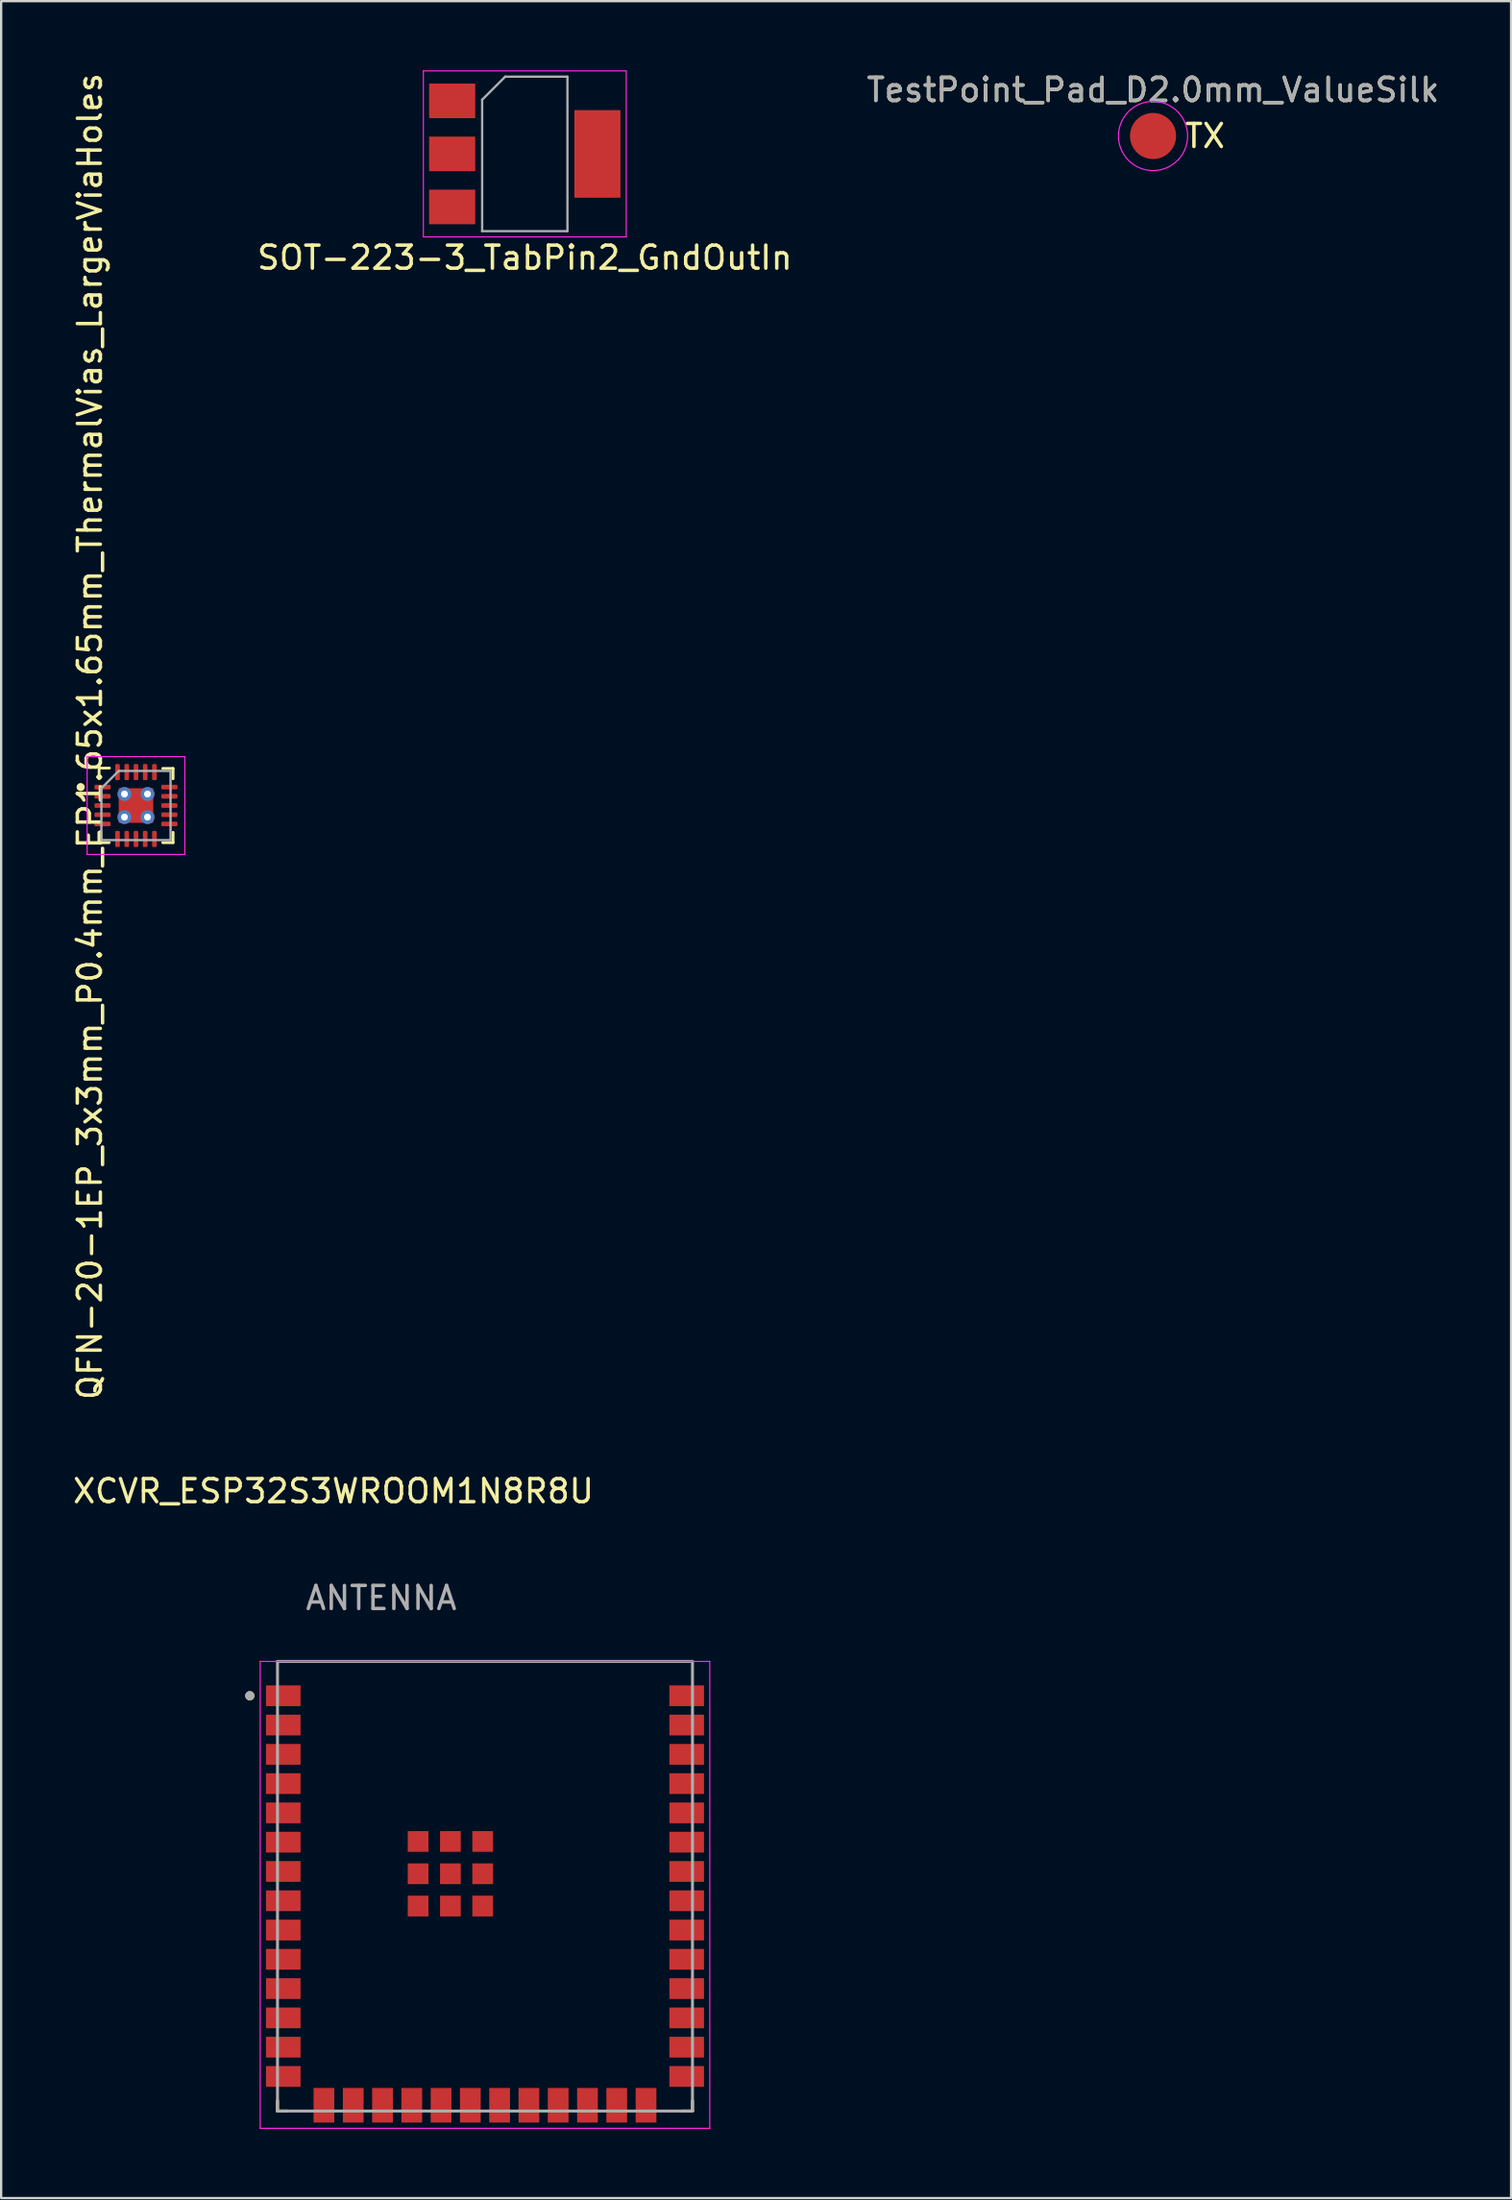
<source format=kicad_pcb>
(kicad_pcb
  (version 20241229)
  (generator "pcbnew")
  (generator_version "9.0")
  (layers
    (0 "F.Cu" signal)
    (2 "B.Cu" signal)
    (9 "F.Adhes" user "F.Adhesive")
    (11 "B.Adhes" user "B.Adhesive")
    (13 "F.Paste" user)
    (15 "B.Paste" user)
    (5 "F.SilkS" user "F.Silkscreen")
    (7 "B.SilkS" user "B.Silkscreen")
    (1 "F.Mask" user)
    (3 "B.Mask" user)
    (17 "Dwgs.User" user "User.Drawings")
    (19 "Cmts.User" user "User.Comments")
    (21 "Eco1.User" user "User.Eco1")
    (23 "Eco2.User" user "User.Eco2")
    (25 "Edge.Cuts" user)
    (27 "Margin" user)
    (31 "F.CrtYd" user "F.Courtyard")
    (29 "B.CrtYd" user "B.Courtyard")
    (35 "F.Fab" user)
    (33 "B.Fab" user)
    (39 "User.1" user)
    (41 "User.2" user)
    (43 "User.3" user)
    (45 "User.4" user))
  (footprint "QFN-20-1EP_3x3mm_P0.4mm_EP1.65x1.65mm_ThermalVias_LargerViaHoles"
    (layer "F.Cu")
    (at 2.848 31.887)
    (property "Reference" "QFN-20-1EP_3x3mm_P0.4mm_EP1.65x1.65mm_ThermalVias_LargerViaHoles" (at -2 -3 90) (layer "F.SilkS") (effects (font (size 1 1) (thickness 0.15))))
    (attr smd)
    (fp_line (start -1.61 1.61) (end -1.61 1.16) (stroke (width 0.12) (type solid)) (layer "F.SilkS"))
    (fp_line (start -1.6 -1.625) (end -1.15 -1.625) (stroke (width 0.12) (type solid)) (layer "F.SilkS"))
    (fp_line (start -1.6 -1.175) (end -1.6 -1.625) (stroke (width 0.12) (type solid)) (layer "F.SilkS"))
    (fp_line (start -1.16 1.61) (end -1.61 1.61) (stroke (width 0.12) (type solid)) (layer "F.SilkS"))
    (fp_line (start 1.16 -1.61) (end 1.61 -1.61) (stroke (width 0.12) (type solid)) (layer "F.SilkS"))
    (fp_line (start 1.16 1.61) (end 1.61 1.61) (stroke (width 0.12) (type solid)) (layer "F.SilkS"))
    (fp_line (start 1.61 -1.61) (end 1.61 -1.16) (stroke (width 0.12) (type solid)) (layer "F.SilkS"))
    (fp_line (start 1.61 1.61) (end 1.61 1.16) (stroke (width 0.12) (type solid)) (layer "F.SilkS"))
    (fp_circle (center -2.4 -0.8) (end -2.275 -0.8) (stroke (width 0.1) (type solid)) (fill yes) (layer "F.SilkS"))
    (fp_line (start -2.12 -2.12) (end -2.12 2.12) (stroke (width 0.05) (type solid)) (layer "F.CrtYd"))
    (fp_line (start -2.12 2.12) (end 2.12 2.12) (stroke (width 0.05) (type solid)) (layer "F.CrtYd"))
    (fp_line (start 2.12 -2.12) (end -2.12 -2.12) (stroke (width 0.05) (type solid)) (layer "F.CrtYd"))
    (fp_line (start 2.12 2.12) (end 2.12 -2.12) (stroke (width 0.05) (type solid)) (layer "F.CrtYd"))
    (fp_line (start -1.5 -0.75) (end -0.75 -1.5) (stroke (width 0.1) (type solid)) (layer "F.Fab"))
    (fp_line (start -1.5 1.5) (end -1.5 -0.75) (stroke (width 0.1) (type solid)) (layer "F.Fab"))
    (fp_line (start -0.75 -1.5) (end 1.5 -1.5) (stroke (width 0.1) (type solid)) (layer "F.Fab"))
    (fp_line (start 1.5 -1.5) (end 1.5 1.5) (stroke (width 0.1) (type solid)) (layer "F.Fab"))
    (fp_line (start 1.5 1.5) (end -1.5 1.5) (stroke (width 0.1) (type solid)) (layer "F.Fab"))
    (pad "" smd roundrect (at -0.41 -0.41) (size 0.6 0.6) (layers "F.Paste") (roundrect_rratio 0.25))
    (pad "" smd roundrect (at -0.41 0.41) (size 0.6 0.6) (layers "F.Paste") (roundrect_rratio 0.25))
    (pad "" smd roundrect (at 0.41 -0.41) (size 0.6 0.6) (layers "F.Paste") (roundrect_rratio 0.25))
    (pad "" smd roundrect (at 0.41 0.41) (size 0.6 0.6) (layers "F.Paste") (roundrect_rratio 0.25))
    (pad "1" smd roundrect (at -1.45 -0.8) (size 0.7 0.2) (layers "F.Cu" "F.Mask" "F.Paste") (roundrect_rratio 0.25))
    (pad "2" smd roundrect (at -1.45 -0.4) (size 0.7 0.2) (layers "F.Cu" "F.Mask" "F.Paste") (roundrect_rratio 0.25))
    (pad "3" smd roundrect (at -1.45 0) (size 0.7 0.2) (layers "F.Cu" "F.Mask" "F.Paste") (roundrect_rratio 0.25))
    (pad "4" smd roundrect (at -1.45 0.4) (size 0.7 0.2) (layers "F.Cu" "F.Mask" "F.Paste") (roundrect_rratio 0.25))
    (pad "5" smd roundrect (at -1.45 0.8) (size 0.7 0.2) (layers "F.Cu" "F.Mask" "F.Paste") (roundrect_rratio 0.25))
    (pad "6" smd roundrect (at -0.8 1.45) (size 0.2 0.7) (layers "F.Cu" "F.Mask" "F.Paste") (roundrect_rratio 0.25))
    (pad "7" smd roundrect (at -0.4 1.45) (size 0.2 0.7) (layers "F.Cu" "F.Mask" "F.Paste") (roundrect_rratio 0.25))
    (pad "8" smd roundrect (at 0 1.45) (size 0.2 0.7) (layers "F.Cu" "F.Mask" "F.Paste") (roundrect_rratio 0.25))
    (pad "9" smd roundrect (at 0.4 1.45) (size 0.2 0.7) (layers "F.Cu" "F.Mask" "F.Paste") (roundrect_rratio 0.25))
    (pad "10" smd roundrect (at 0.8 1.45) (size 0.2 0.7) (layers "F.Cu" "F.Mask" "F.Paste") (roundrect_rratio 0.25))
    (pad "11" smd roundrect (at 1.45 0.8) (size 0.7 0.2) (layers "F.Cu" "F.Mask" "F.Paste") (roundrect_rratio 0.25))
    (pad "12" smd roundrect (at 1.45 0.4) (size 0.7 0.2) (layers "F.Cu" "F.Mask" "F.Paste") (roundrect_rratio 0.25))
    (pad "13" smd roundrect (at 1.45 0) (size 0.7 0.2) (layers "F.Cu" "F.Mask" "F.Paste") (roundrect_rratio 0.25))
    (pad "14" smd roundrect (at 1.45 -0.4) (size 0.7 0.2) (layers "F.Cu" "F.Mask" "F.Paste") (roundrect_rratio 0.25))
    (pad "15" smd roundrect (at 1.45 -0.8) (size 0.7 0.2) (layers "F.Cu" "F.Mask" "F.Paste") (roundrect_rratio 0.25))
    (pad "16" smd roundrect (at 0.8 -1.45) (size 0.2 0.7) (layers "F.Cu" "F.Mask" "F.Paste") (roundrect_rratio 0.25))
    (pad "17" smd roundrect (at 0.4 -1.45) (size 0.2 0.7) (layers "F.Cu" "F.Mask" "F.Paste") (roundrect_rratio 0.25))
    (pad "18" smd roundrect (at 0 -1.45) (size 0.2 0.7) (layers "F.Cu" "F.Mask" "F.Paste") (roundrect_rratio 0.25))
    (pad "19" smd roundrect (at -0.4 -1.45) (size 0.2 0.7) (layers "F.Cu" "F.Mask" "F.Paste") (roundrect_rratio 0.25))
    (pad "20" smd roundrect (at -0.8 -1.45) (size 0.2 0.7) (layers "F.Cu" "F.Mask" "F.Paste") (roundrect_rratio 0.25))
    (pad "PAD" thru_hole circle (at -0.5 -0.5) (size 0.6 0.6) (drill 0.3) (layers "*.Cu"))
    (pad "PAD" thru_hole circle (at -0.5 0.5) (size 0.6 0.6) (drill 0.3) (layers "*.Cu"))
    (pad "PAD" smd rect (at 0 0) (size 1.5 1.5) (layers "F.Cu" "F.Mask"))
    (pad "PAD" thru_hole circle (at 0.5 -0.5) (size 0.6 0.6) (drill 0.3) (layers "*.Cu"))
    (pad "PAD" thru_hole circle (at 0.5 0.5) (size 0.6 0.6) (drill 0.3) (layers "*.Cu")))
  (footprint "TestPoint_Pad_D2.0mm_ValueSilk"
    (layer "F.Cu")
    (at 46.963 2.848)
    (property "Reference" "TestPoint_Pad_D2.0mm_ValueSilk" (at 0 -1.998 0) (layer "F.SilkS") (effects (font (size 1 1) (thickness 0.15))))
    (property "Value" "TX" (at 0 2.05 0) (layer "F.Fab") (hide yes) (effects (font (size 1 1) (thickness 0.15))))
    (attr exclude_from_pos_files)
    (fp_circle (center 0 0) (end 1.5 0) (stroke (width 0.05) (type solid)) (fill no) (layer "F.CrtYd"))
    (fp_text user "${VALUE}" (at 2.25 0 0) (layer "F.SilkS") (effects (font (size 1 1) (thickness 0.15))))
    (fp_text user "${REFERENCE}" (at 0 -2 0) (layer "F.Fab") (effects (font (size 1 1) (thickness 0.15))))
    (pad "1" smd circle (at 0 0) (size 2 2) (layers "F.Cu" "F.Mask")))
  (footprint "XCVR_ESP32S3WROOM1N8R8U"
    (layer "F.Cu")
    (at 17.986 75.757)
    (property "Reference" "XCVR_ESP32S3WROOM1N8R8U" (at -6.575 -14.135 180) (layer "F.SilkS") (effects (font (size 1 1) (thickness 0.15))))
    (attr smd)
    (fp_line (start -9 12.75) (end -9 12.3) (stroke (width 0.127) (type solid)) (layer "F.SilkS"))
    (fp_line (start -9 12.75) (end -8.55 12.75) (stroke (width 0.127) (type solid)) (layer "F.SilkS"))
    (fp_line (start 9 12.75) (end 8.55 12.75) (stroke (width 0.127) (type solid)) (layer "F.SilkS"))
    (fp_line (start 9 12.75) (end 9 12.3) (stroke (width 0.127) (type solid)) (layer "F.SilkS"))
    (fp_circle (center -10.2 -5.26) (end -10.1 -5.26) (stroke (width 0.2) (type solid)) (fill no) (layer "F.SilkS"))
    (fp_line (start -9.75 -6.75) (end 9.75 -6.75) (stroke (width 0.05) (type solid)) (layer "F.CrtYd"))
    (fp_line (start -9.75 13.5) (end -9.75 -6.75) (stroke (width 0.05) (type solid)) (layer "F.CrtYd"))
    (fp_line (start -9.75 13.5) (end 9.75 13.5) (stroke (width 0.05) (type solid)) (layer "F.CrtYd"))
    (fp_line (start 9.75 -6.75) (end 9.75 13.5) (stroke (width 0.05) (type solid)) (layer "F.CrtYd"))
    (fp_line (start -9 -6.75) (end 9 -6.75) (stroke (width 0.127) (type solid)) (layer "F.Fab"))
    (fp_line (start -9 12.75) (end -9 -6.75) (stroke (width 0.127) (type solid)) (layer "F.Fab"))
    (fp_line (start 9 -6.75) (end 9 12.75) (stroke (width 0.127) (type solid)) (layer "F.Fab"))
    (fp_line (start 9 12.75) (end -9 12.75) (stroke (width 0.127) (type solid)) (layer "F.Fab"))
    (fp_circle (center -10.2 -5.26) (end -10.1 -5.26) (stroke (width 0.2) (type solid)) (fill no) (layer "F.Fab"))
    (fp_text user "ANTENNA" (at -4.5 -9.5 180) (layer "F.Fab") (effects (font (size 1 1) (thickness 0.15))))
    (pad "1" smd rect (at -8.75 -5.26) (size 1.5 0.9) (layers "F.Cu" "F.Mask" "F.Paste"))
    (pad "2" smd rect (at -8.75 -3.99) (size 1.5 0.9) (layers "F.Cu" "F.Mask" "F.Paste"))
    (pad "3" smd rect (at -8.75 -2.72) (size 1.5 0.9) (layers "F.Cu" "F.Mask" "F.Paste"))
    (pad "4" smd rect (at -8.75 -1.45) (size 1.5 0.9) (layers "F.Cu" "F.Mask" "F.Paste"))
    (pad "5" smd rect (at -8.75 -0.18) (size 1.5 0.9) (layers "F.Cu" "F.Mask" "F.Paste"))
    (pad "6" smd rect (at -8.75 1.09) (size 1.5 0.9) (layers "F.Cu" "F.Mask" "F.Paste"))
    (pad "7" smd rect (at -8.75 2.36) (size 1.5 0.9) (layers "F.Cu" "F.Mask" "F.Paste"))
    (pad "8" smd rect (at -8.75 3.63) (size 1.5 0.9) (layers "F.Cu" "F.Mask" "F.Paste"))
    (pad "9" smd rect (at -8.75 4.9) (size 1.5 0.9) (layers "F.Cu" "F.Mask" "F.Paste"))
    (pad "10" smd rect (at -8.75 6.17) (size 1.5 0.9) (layers "F.Cu" "F.Mask" "F.Paste"))
    (pad "11" smd rect (at -8.75 7.44) (size 1.5 0.9) (layers "F.Cu" "F.Mask" "F.Paste"))
    (pad "12" smd rect (at -8.75 8.71) (size 1.5 0.9) (layers "F.Cu" "F.Mask" "F.Paste"))
    (pad "13" smd rect (at -8.75 9.98) (size 1.5 0.9) (layers "F.Cu" "F.Mask" "F.Paste"))
    (pad "14" smd rect (at -8.75 11.25) (size 1.5 0.9) (layers "F.Cu" "F.Mask" "F.Paste"))
    (pad "15" smd rect (at -6.985 12.5) (size 0.9 1.5) (layers "F.Cu" "F.Mask" "F.Paste"))
    (pad "16" smd rect (at -5.715 12.5) (size 0.9 1.5) (layers "F.Cu" "F.Mask" "F.Paste"))
    (pad "17" smd rect (at -4.445 12.5) (size 0.9 1.5) (layers "F.Cu" "F.Mask" "F.Paste"))
    (pad "18" smd rect (at -3.175 12.5) (size 0.9 1.5) (layers "F.Cu" "F.Mask" "F.Paste"))
    (pad "19" smd rect (at -1.905 12.5) (size 0.9 1.5) (layers "F.Cu" "F.Mask" "F.Paste"))
    (pad "20" smd rect (at -0.635 12.5) (size 0.9 1.5) (layers "F.Cu" "F.Mask" "F.Paste"))
    (pad "21" smd rect (at 0.635 12.5) (size 0.9 1.5) (layers "F.Cu" "F.Mask" "F.Paste"))
    (pad "22" smd rect (at 1.905 12.5) (size 0.9 1.5) (layers "F.Cu" "F.Mask" "F.Paste"))
    (pad "23" smd rect (at 3.175 12.5) (size 0.9 1.5) (layers "F.Cu" "F.Mask" "F.Paste"))
    (pad "24" smd rect (at 4.445 12.5) (size 0.9 1.5) (layers "F.Cu" "F.Mask" "F.Paste"))
    (pad "25" smd rect (at 5.715 12.5) (size 0.9 1.5) (layers "F.Cu" "F.Mask" "F.Paste"))
    (pad "26" smd rect (at 6.985 12.5) (size 0.9 1.5) (layers "F.Cu" "F.Mask" "F.Paste"))
    (pad "27" smd rect (at 8.75 11.25) (size 1.5 0.9) (layers "F.Cu" "F.Mask" "F.Paste"))
    (pad "28" smd rect (at 8.75 9.98) (size 1.5 0.9) (layers "F.Cu" "F.Mask" "F.Paste"))
    (pad "29" smd rect (at 8.75 8.71) (size 1.5 0.9) (layers "F.Cu" "F.Mask" "F.Paste"))
    (pad "30" smd rect (at 8.75 7.44) (size 1.5 0.9) (layers "F.Cu" "F.Mask" "F.Paste"))
    (pad "31" smd rect (at 8.75 6.17) (size 1.5 0.9) (layers "F.Cu" "F.Mask" "F.Paste"))
    (pad "32" smd rect (at 8.75 4.9) (size 1.5 0.9) (layers "F.Cu" "F.Mask" "F.Paste"))
    (pad "33" smd rect (at 8.75 3.63) (size 1.5 0.9) (layers "F.Cu" "F.Mask" "F.Paste"))
    (pad "34" smd rect (at 8.75 2.36) (size 1.5 0.9) (layers "F.Cu" "F.Mask" "F.Paste"))
    (pad "35" smd rect (at 8.75 1.09) (size 1.5 0.9) (layers "F.Cu" "F.Mask" "F.Paste"))
    (pad "36" smd rect (at 8.75 -0.18) (size 1.5 0.9) (layers "F.Cu" "F.Mask" "F.Paste"))
    (pad "37" smd rect (at 8.75 -1.45) (size 1.5 0.9) (layers "F.Cu" "F.Mask" "F.Paste"))
    (pad "38" smd rect (at 8.75 -2.72) (size 1.5 0.9) (layers "F.Cu" "F.Mask" "F.Paste"))
    (pad "39" smd rect (at 8.75 -3.99) (size 1.5 0.9) (layers "F.Cu" "F.Mask" "F.Paste"))
    (pad "40" smd rect (at 8.75 -5.26) (size 1.5 0.9) (layers "F.Cu" "F.Mask" "F.Paste"))
    (pad "41_1" smd rect (at -1.5 2.46) (size 0.9 0.9) (layers "F.Cu" "F.Mask" "F.Paste"))
    (pad "41_2" smd rect (at -2.9 2.46) (size 0.9 0.9) (layers "F.Cu" "F.Mask" "F.Paste"))
    (pad "41_3" smd rect (at -0.1 2.46) (size 0.9 0.9) (layers "F.Cu" "F.Mask" "F.Paste"))
    (pad "41_4" smd rect (at -2.9 3.86) (size 0.9 0.9) (layers "F.Cu" "F.Mask" "F.Paste"))
    (pad "41_5" smd rect (at -1.5 3.86) (size 0.9 0.9) (layers "F.Cu" "F.Mask" "F.Paste"))
    (pad "41_6" smd rect (at -0.1 3.86) (size 0.9 0.9) (layers "F.Cu" "F.Mask" "F.Paste"))
    (pad "41_7" smd rect (at -2.9 1.06) (size 0.9 0.9) (layers "F.Cu" "F.Mask" "F.Paste"))
    (pad "41_8" smd rect (at -1.5 1.06) (size 0.9 0.9) (layers "F.Cu" "F.Mask" "F.Paste"))
    (pad "41_9" smd rect (at -0.1 1.06) (size 0.9 0.9) (layers "F.Cu" "F.Mask" "F.Paste")))
  (footprint "SOT-223-3_TabPin2_GndOutIn"
    (layer "F.Cu")
    (at 19.713 3.625)
    (property "Reference" "SOT-223-3_TabPin2_GndOutIn" (at 0 4.5 180) (layer "F.SilkS") (effects (font (size 1 1) (thickness 0.15))))
    (attr smd)
    (fp_line (start -4.4 -3.6) (end -4.4 3.6) (stroke (width 0.05) (type solid)) (layer "F.CrtYd"))
    (fp_line (start -4.4 3.6) (end 4.4 3.6) (stroke (width 0.05) (type solid)) (layer "F.CrtYd"))
    (fp_line (start 4.4 -3.6) (end -4.4 -3.6) (stroke (width 0.05) (type solid)) (layer "F.CrtYd"))
    (fp_line (start 4.4 3.6) (end 4.4 -3.6) (stroke (width 0.05) (type solid)) (layer "F.CrtYd"))
    (fp_line (start -1.85 -2.35) (end -1.85 3.35) (stroke (width 0.1) (type solid)) (layer "F.Fab"))
    (fp_line (start -1.85 -2.35) (end -0.85 -3.35) (stroke (width 0.1) (type solid)) (layer "F.Fab"))
    (fp_line (start -1.85 3.35) (end 1.85 3.35) (stroke (width 0.1) (type solid)) (layer "F.Fab"))
    (fp_line (start -0.85 -3.35) (end 1.85 -3.35) (stroke (width 0.1) (type solid)) (layer "F.Fab"))
    (fp_line (start 1.85 -3.35) (end 1.85 3.35) (stroke (width 0.1) (type solid)) (layer "F.Fab"))
    (pad "1" smd rect (at -3.15 -2.3) (size 2 1.5) (layers "F.Cu" "F.Mask" "F.Paste"))
    (pad "2" smd rect (at -3.15 0) (size 2 1.5) (layers "F.Cu" "F.Mask" "F.Paste"))
    (pad "2" smd rect (at 3.15 0) (size 2 3.8) (layers "F.Cu" "F.Mask" "F.Paste"))
    (pad "3" smd rect (at -3.15 2.3) (size 2 1.5) (layers "F.Cu" "F.Mask" "F.Paste")))
  (gr_rect
    (start -3 -3)
    (end 62.493 92.282)
    (stroke (width 0.1) (type default))
    (fill no)
    (layer "Edge.Cuts")))
</source>
